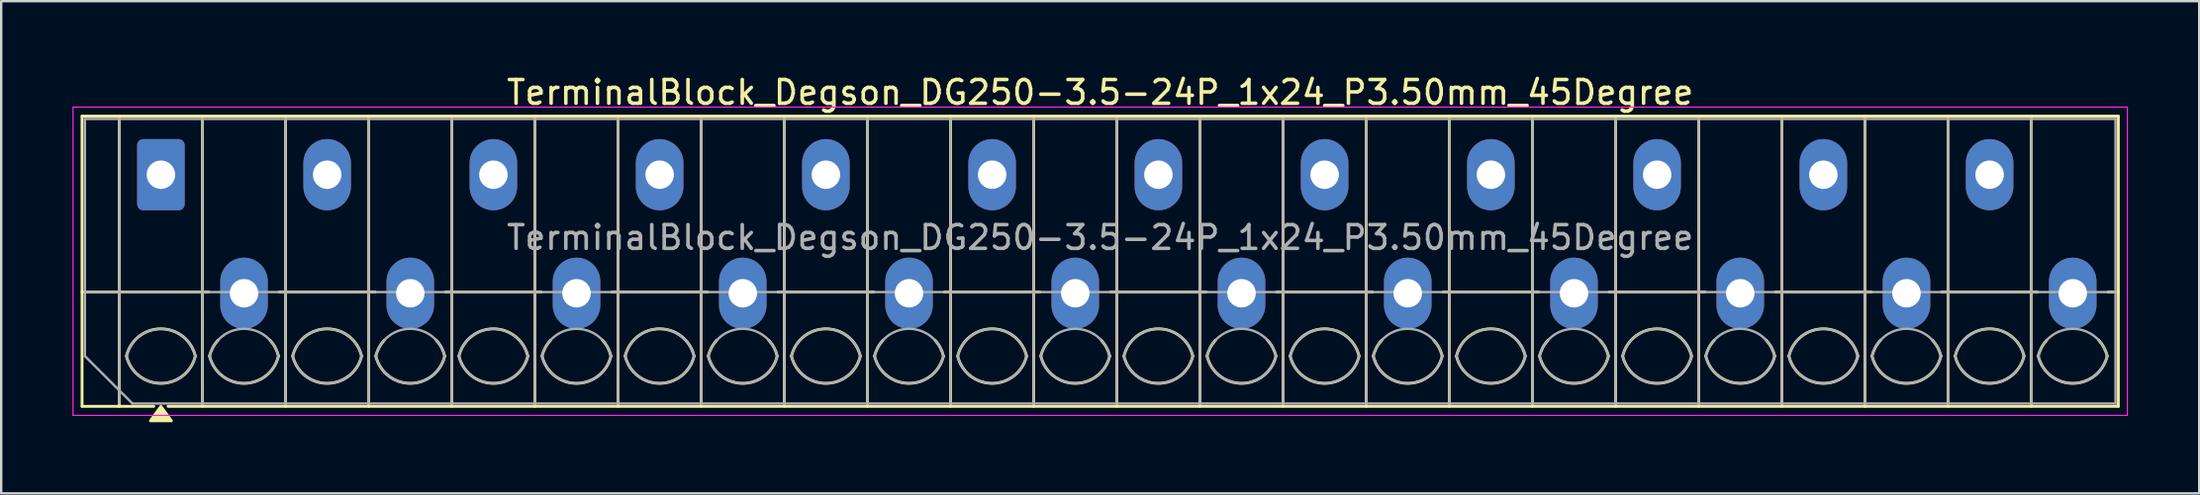
<source format=kicad_pcb>
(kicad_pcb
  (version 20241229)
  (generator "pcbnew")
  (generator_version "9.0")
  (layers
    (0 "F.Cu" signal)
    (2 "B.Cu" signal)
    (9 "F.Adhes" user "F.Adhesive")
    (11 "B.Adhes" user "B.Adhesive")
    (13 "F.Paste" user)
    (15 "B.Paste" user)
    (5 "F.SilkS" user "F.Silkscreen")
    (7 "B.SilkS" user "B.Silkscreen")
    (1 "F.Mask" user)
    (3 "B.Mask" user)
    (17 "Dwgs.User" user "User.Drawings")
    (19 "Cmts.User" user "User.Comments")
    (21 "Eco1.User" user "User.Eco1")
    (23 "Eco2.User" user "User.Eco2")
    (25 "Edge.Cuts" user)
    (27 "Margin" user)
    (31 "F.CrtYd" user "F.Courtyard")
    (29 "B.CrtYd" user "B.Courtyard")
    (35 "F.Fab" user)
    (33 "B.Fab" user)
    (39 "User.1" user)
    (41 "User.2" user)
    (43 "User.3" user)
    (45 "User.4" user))
  (footprint "TerminalBlock_Degson_DG250-3.5-24P_1x24_P3.50mm_45Degree"
    (layer "F.Cu")
    (at 3.725 4.318)
    (property "Reference" "TerminalBlock_Degson_DG250-3.5-24P_1x24_P3.50mm_45Degree" (at 39.55 -3.47 0) (layer "F.SilkS") (effects (font (size 1 1) (thickness 0.15))))
    (attr through_hole)
    (fp_line (start -3.32 -2.47) (end -3.32 9.77) (stroke (width 0.12) (type solid)) (layer "F.SilkS"))
    (fp_line (start -3.32 -2.47) (end 82.42 -2.47) (stroke (width 0.12) (type solid)) (layer "F.SilkS"))
    (fp_line (start -3.32 4.95) (end 2.02 4.95) (stroke (width 0.12) (type solid)) (layer "F.SilkS"))
    (fp_line (start -3.32 9.77) (end -0.3 9.77) (stroke (width 0.12) (type solid)) (layer "F.SilkS"))
    (fp_line (start -1.75 -2.47) (end -1.75 9.77) (stroke (width 0.12) (type solid)) (layer "F.SilkS"))
    (fp_line (start 0.3 9.77) (end 82.42 9.77) (stroke (width 0.12) (type solid)) (layer "F.SilkS"))
    (fp_line (start 1.75 -2.47) (end 1.75 9.77) (stroke (width 0.12) (type solid)) (layer "F.SilkS"))
    (fp_line (start 4.98 4.95) (end 9.02 4.95) (stroke (width 0.12) (type solid)) (layer "F.SilkS"))
    (fp_line (start 5.25 -2.47) (end 5.25 9.77) (stroke (width 0.12) (type solid)) (layer "F.SilkS"))
    (fp_line (start 8.75 -2.47) (end 8.75 9.77) (stroke (width 0.12) (type solid)) (layer "F.SilkS"))
    (fp_line (start 11.98 4.95) (end 16.02 4.95) (stroke (width 0.12) (type solid)) (layer "F.SilkS"))
    (fp_line (start 12.25 -2.47) (end 12.25 9.77) (stroke (width 0.12) (type solid)) (layer "F.SilkS"))
    (fp_line (start 15.75 -2.47) (end 15.75 9.77) (stroke (width 0.12) (type solid)) (layer "F.SilkS"))
    (fp_line (start 18.98 4.95) (end 23.02 4.95) (stroke (width 0.12) (type solid)) (layer "F.SilkS"))
    (fp_line (start 19.25 -2.47) (end 19.25 9.77) (stroke (width 0.12) (type solid)) (layer "F.SilkS"))
    (fp_line (start 22.75 -2.47) (end 22.75 9.77) (stroke (width 0.12) (type solid)) (layer "F.SilkS"))
    (fp_line (start 25.98 4.95) (end 30.02 4.95) (stroke (width 0.12) (type solid)) (layer "F.SilkS"))
    (fp_line (start 26.25 -2.47) (end 26.25 9.77) (stroke (width 0.12) (type solid)) (layer "F.SilkS"))
    (fp_line (start 29.75 -2.47) (end 29.75 9.77) (stroke (width 0.12) (type solid)) (layer "F.SilkS"))
    (fp_line (start 32.98 4.95) (end 37.02 4.95) (stroke (width 0.12) (type solid)) (layer "F.SilkS"))
    (fp_line (start 33.25 -2.47) (end 33.25 9.77) (stroke (width 0.12) (type solid)) (layer "F.SilkS"))
    (fp_line (start 36.75 -2.47) (end 36.75 9.77) (stroke (width 0.12) (type solid)) (layer "F.SilkS"))
    (fp_line (start 39.98 4.95) (end 44.02 4.95) (stroke (width 0.12) (type solid)) (layer "F.SilkS"))
    (fp_line (start 40.25 -2.47) (end 40.25 9.77) (stroke (width 0.12) (type solid)) (layer "F.SilkS"))
    (fp_line (start 43.75 -2.47) (end 43.75 9.77) (stroke (width 0.12) (type solid)) (layer "F.SilkS"))
    (fp_line (start 46.98 4.95) (end 51.02 4.95) (stroke (width 0.12) (type solid)) (layer "F.SilkS"))
    (fp_line (start 47.25 -2.47) (end 47.25 9.77) (stroke (width 0.12) (type solid)) (layer "F.SilkS"))
    (fp_line (start 50.75 -2.47) (end 50.75 9.77) (stroke (width 0.12) (type solid)) (layer "F.SilkS"))
    (fp_line (start 53.98 4.95) (end 58.02 4.95) (stroke (width 0.12) (type solid)) (layer "F.SilkS"))
    (fp_line (start 54.25 -2.47) (end 54.25 9.77) (stroke (width 0.12) (type solid)) (layer "F.SilkS"))
    (fp_line (start 57.75 -2.47) (end 57.75 9.77) (stroke (width 0.12) (type solid)) (layer "F.SilkS"))
    (fp_line (start 60.98 4.95) (end 65.02 4.95) (stroke (width 0.12) (type solid)) (layer "F.SilkS"))
    (fp_line (start 61.25 -2.47) (end 61.25 9.77) (stroke (width 0.12) (type solid)) (layer "F.SilkS"))
    (fp_line (start 64.75 -2.47) (end 64.75 9.77) (stroke (width 0.12) (type solid)) (layer "F.SilkS"))
    (fp_line (start 67.98 4.95) (end 72.02 4.95) (stroke (width 0.12) (type solid)) (layer "F.SilkS"))
    (fp_line (start 68.25 -2.47) (end 68.25 9.77) (stroke (width 0.12) (type solid)) (layer "F.SilkS"))
    (fp_line (start 71.75 -2.47) (end 71.75 9.77) (stroke (width 0.12) (type solid)) (layer "F.SilkS"))
    (fp_line (start 74.98 4.95) (end 79.02 4.95) (stroke (width 0.12) (type solid)) (layer "F.SilkS"))
    (fp_line (start 75.25 -2.47) (end 75.25 9.77) (stroke (width 0.12) (type solid)) (layer "F.SilkS"))
    (fp_line (start 78.75 -2.47) (end 78.75 9.77) (stroke (width 0.12) (type solid)) (layer "F.SilkS"))
    (fp_line (start 81.98 4.95) (end 82.42 4.95) (stroke (width 0.12) (type solid)) (layer "F.SilkS"))
    (fp_line (start 82.42 -2.47) (end 82.42 9.77) (stroke (width 0.12) (type solid)) (layer "F.SilkS"))
    (fp_arc (start -1.45 7.65) (mid 0 6.5) (end 1.45 7.65) (stroke (width 0.12) (type solid)) (layer "F.SilkS"))
    (fp_arc (start 1.45 7.65) (mid 0 8.8) (end -1.45 7.65) (stroke (width 0.12) (type solid)) (layer "F.SilkS"))
    (fp_arc (start 2.05 7.65) (mid 2.18402 7.291962) (end 2.405 6.98) (stroke (width 0.12) (type solid)) (layer "F.SilkS"))
    (fp_arc (start 4.595 6.98) (mid 4.81598 7.291962) (end 4.95 7.65) (stroke (width 0.12) (type solid)) (layer "F.SilkS"))
    (fp_arc (start 4.95 7.65) (mid 3.5 8.8) (end 2.05 7.65) (stroke (width 0.12) (type solid)) (layer "F.SilkS"))
    (fp_arc (start 5.55 7.65) (mid 7 6.5) (end 8.45 7.65) (stroke (width 0.12) (type solid)) (layer "F.SilkS"))
    (fp_arc (start 8.45 7.65) (mid 7 8.8) (end 5.55 7.65) (stroke (width 0.12) (type solid)) (layer "F.SilkS"))
    (fp_arc (start 9.05 7.65) (mid 9.18402 7.291962) (end 9.405 6.98) (stroke (width 0.12) (type solid)) (layer "F.SilkS"))
    (fp_arc (start 11.595 6.98) (mid 11.81598 7.291962) (end 11.95 7.65) (stroke (width 0.12) (type solid)) (layer "F.SilkS"))
    (fp_arc (start 11.95 7.65) (mid 10.5 8.8) (end 9.05 7.65) (stroke (width 0.12) (type solid)) (layer "F.SilkS"))
    (fp_arc (start 12.55 7.65) (mid 14 6.5) (end 15.45 7.65) (stroke (width 0.12) (type solid)) (layer "F.SilkS"))
    (fp_arc (start 15.45 7.65) (mid 14 8.8) (end 12.55 7.65) (stroke (width 0.12) (type solid)) (layer "F.SilkS"))
    (fp_arc (start 16.05 7.65) (mid 16.18402 7.291962) (end 16.405 6.98) (stroke (width 0.12) (type solid)) (layer "F.SilkS"))
    (fp_arc (start 18.595 6.98) (mid 18.81598 7.291962) (end 18.95 7.65) (stroke (width 0.12) (type solid)) (layer "F.SilkS"))
    (fp_arc (start 18.95 7.65) (mid 17.5 8.8) (end 16.05 7.65) (stroke (width 0.12) (type solid)) (layer "F.SilkS"))
    (fp_arc (start 19.55 7.65) (mid 21 6.5) (end 22.45 7.65) (stroke (width 0.12) (type solid)) (layer "F.SilkS"))
    (fp_arc (start 22.45 7.65) (mid 21 8.8) (end 19.55 7.65) (stroke (width 0.12) (type solid)) (layer "F.SilkS"))
    (fp_arc (start 23.05 7.65) (mid 23.18402 7.291962) (end 23.405 6.98) (stroke (width 0.12) (type solid)) (layer "F.SilkS"))
    (fp_arc (start 25.595 6.98) (mid 25.81598 7.291962) (end 25.95 7.65) (stroke (width 0.12) (type solid)) (layer "F.SilkS"))
    (fp_arc (start 25.95 7.65) (mid 24.5 8.8) (end 23.05 7.65) (stroke (width 0.12) (type solid)) (layer "F.SilkS"))
    (fp_arc (start 26.55 7.65) (mid 28 6.5) (end 29.45 7.65) (stroke (width 0.12) (type solid)) (layer "F.SilkS"))
    (fp_arc (start 29.45 7.65) (mid 28 8.8) (end 26.55 7.65) (stroke (width 0.12) (type solid)) (layer "F.SilkS"))
    (fp_arc (start 30.05 7.65) (mid 30.18402 7.291962) (end 30.405 6.98) (stroke (width 0.12) (type solid)) (layer "F.SilkS"))
    (fp_arc (start 32.595 6.98) (mid 32.81598 7.291962) (end 32.95 7.65) (stroke (width 0.12) (type solid)) (layer "F.SilkS"))
    (fp_arc (start 32.95 7.65) (mid 31.5 8.8) (end 30.05 7.65) (stroke (width 0.12) (type solid)) (layer "F.SilkS"))
    (fp_arc (start 33.55 7.65) (mid 35 6.5) (end 36.45 7.65) (stroke (width 0.12) (type solid)) (layer "F.SilkS"))
    (fp_arc (start 36.45 7.65) (mid 35 8.8) (end 33.55 7.65) (stroke (width 0.12) (type solid)) (layer "F.SilkS"))
    (fp_arc (start 37.05 7.65) (mid 37.18402 7.291962) (end 37.405 6.98) (stroke (width 0.12) (type solid)) (layer "F.SilkS"))
    (fp_arc (start 39.595 6.98) (mid 39.81598 7.291962) (end 39.95 7.65) (stroke (width 0.12) (type solid)) (layer "F.SilkS"))
    (fp_arc (start 39.95 7.65) (mid 38.5 8.8) (end 37.05 7.65) (stroke (width 0.12) (type solid)) (layer "F.SilkS"))
    (fp_arc (start 40.55 7.65) (mid 42 6.5) (end 43.45 7.65) (stroke (width 0.12) (type solid)) (layer "F.SilkS"))
    (fp_arc (start 43.45 7.65) (mid 42 8.8) (end 40.55 7.65) (stroke (width 0.12) (type solid)) (layer "F.SilkS"))
    (fp_arc (start 44.05 7.65) (mid 44.18402 7.291962) (end 44.405 6.98) (stroke (width 0.12) (type solid)) (layer "F.SilkS"))
    (fp_arc (start 46.595 6.98) (mid 46.81598 7.291962) (end 46.95 7.65) (stroke (width 0.12) (type solid)) (layer "F.SilkS"))
    (fp_arc (start 46.95 7.65) (mid 45.5 8.8) (end 44.05 7.65) (stroke (width 0.12) (type solid)) (layer "F.SilkS"))
    (fp_arc (start 47.55 7.65) (mid 49 6.5) (end 50.45 7.65) (stroke (width 0.12) (type solid)) (layer "F.SilkS"))
    (fp_arc (start 50.45 7.65) (mid 49 8.8) (end 47.55 7.65) (stroke (width 0.12) (type solid)) (layer "F.SilkS"))
    (fp_arc (start 51.05 7.65) (mid 51.18402 7.291962) (end 51.405 6.98) (stroke (width 0.12) (type solid)) (layer "F.SilkS"))
    (fp_arc (start 53.595 6.98) (mid 53.81598 7.291962) (end 53.95 7.65) (stroke (width 0.12) (type solid)) (layer "F.SilkS"))
    (fp_arc (start 53.95 7.65) (mid 52.5 8.8) (end 51.05 7.65) (stroke (width 0.12) (type solid)) (layer "F.SilkS"))
    (fp_arc (start 54.55 7.65) (mid 56 6.5) (end 57.45 7.65) (stroke (width 0.12) (type solid)) (layer "F.SilkS"))
    (fp_arc (start 57.45 7.65) (mid 56 8.8) (end 54.55 7.65) (stroke (width 0.12) (type solid)) (layer "F.SilkS"))
    (fp_arc (start 58.05 7.65) (mid 58.18402 7.291962) (end 58.405 6.98) (stroke (width 0.12) (type solid)) (layer "F.SilkS"))
    (fp_arc (start 60.595 6.98) (mid 60.81598 7.291962) (end 60.95 7.65) (stroke (width 0.12) (type solid)) (layer "F.SilkS"))
    (fp_arc (start 60.95 7.65) (mid 59.5 8.8) (end 58.05 7.65) (stroke (width 0.12) (type solid)) (layer "F.SilkS"))
    (fp_arc (start 61.55 7.65) (mid 63 6.5) (end 64.45 7.65) (stroke (width 0.12) (type solid)) (layer "F.SilkS"))
    (fp_arc (start 64.45 7.65) (mid 63 8.8) (end 61.55 7.65) (stroke (width 0.12) (type solid)) (layer "F.SilkS"))
    (fp_arc (start 65.05 7.65) (mid 65.18402 7.291962) (end 65.405 6.98) (stroke (width 0.12) (type solid)) (layer "F.SilkS"))
    (fp_arc (start 67.595 6.98) (mid 67.81598 7.291962) (end 67.95 7.65) (stroke (width 0.12) (type solid)) (layer "F.SilkS"))
    (fp_arc (start 67.95 7.65) (mid 66.5 8.8) (end 65.05 7.65) (stroke (width 0.12) (type solid)) (layer "F.SilkS"))
    (fp_arc (start 68.55 7.65) (mid 70 6.5) (end 71.45 7.65) (stroke (width 0.12) (type solid)) (layer "F.SilkS"))
    (fp_arc (start 71.45 7.65) (mid 70 8.8) (end 68.55 7.65) (stroke (width 0.12) (type solid)) (layer "F.SilkS"))
    (fp_arc (start 72.05 7.65) (mid 72.18402 7.291962) (end 72.405 6.98) (stroke (width 0.12) (type solid)) (layer "F.SilkS"))
    (fp_arc (start 74.595 6.98) (mid 74.81598 7.291962) (end 74.95 7.65) (stroke (width 0.12) (type solid)) (layer "F.SilkS"))
    (fp_arc (start 74.95 7.65) (mid 73.5 8.8) (end 72.05 7.65) (stroke (width 0.12) (type solid)) (layer "F.SilkS"))
    (fp_arc (start 75.55 7.65) (mid 77 6.5) (end 78.45 7.65) (stroke (width 0.12) (type solid)) (layer "F.SilkS"))
    (fp_arc (start 78.45 7.65) (mid 77 8.8) (end 75.55 7.65) (stroke (width 0.12) (type solid)) (layer "F.SilkS"))
    (fp_arc (start 79.05 7.65) (mid 79.18402 7.291962) (end 79.405 6.98) (stroke (width 0.12) (type solid)) (layer "F.SilkS"))
    (fp_arc (start 81.595 6.98) (mid 81.81598 7.291962) (end 81.95 7.65) (stroke (width 0.12) (type solid)) (layer "F.SilkS"))
    (fp_arc (start 81.95 7.65) (mid 80.5 8.8) (end 79.05 7.65) (stroke (width 0.12) (type solid)) (layer "F.SilkS"))
    (fp_poly (pts (xy 0 9.77) (xy 0.44 10.38) (xy -0.44 10.38)) (stroke (width 0.12) (type solid)) (fill yes) (layer "F.SilkS"))
    (fp_line (start -3.7 -2.85) (end -3.7 10.15) (stroke (width 0.05) (type solid)) (layer "F.CrtYd"))
    (fp_line (start -3.7 10.15) (end 82.8 10.15) (stroke (width 0.05) (type solid)) (layer "F.CrtYd"))
    (fp_line (start 82.8 -2.85) (end -3.7 -2.85) (stroke (width 0.05) (type solid)) (layer "F.CrtYd"))
    (fp_line (start 82.8 10.15) (end 82.8 -2.85) (stroke (width 0.05) (type solid)) (layer "F.CrtYd"))
    (fp_line (start -3.2 -2.35) (end 82.3 -2.35) (stroke (width 0.1) (type solid)) (layer "F.Fab"))
    (fp_line (start -3.2 4.95) (end 82.3 4.95) (stroke (width 0.1) (type solid)) (layer "F.Fab"))
    (fp_line (start -3.2 7.65) (end -3.2 -2.35) (stroke (width 0.1) (type solid)) (layer "F.Fab"))
    (fp_line (start -1.75 -2.35) (end -1.75 9.65) (stroke (width 0.1) (type solid)) (layer "F.Fab"))
    (fp_line (start -1.2 9.65) (end -3.2 7.65) (stroke (width 0.1) (type solid)) (layer "F.Fab"))
    (fp_line (start 1.75 -2.35) (end 1.75 9.65) (stroke (width 0.1) (type solid)) (layer "F.Fab"))
    (fp_line (start 5.25 -2.35) (end 5.25 9.65) (stroke (width 0.1) (type solid)) (layer "F.Fab"))
    (fp_line (start 8.75 -2.35) (end 8.75 9.65) (stroke (width 0.1) (type solid)) (layer "F.Fab"))
    (fp_line (start 12.25 -2.35) (end 12.25 9.65) (stroke (width 0.1) (type solid)) (layer "F.Fab"))
    (fp_line (start 15.75 -2.35) (end 15.75 9.65) (stroke (width 0.1) (type solid)) (layer "F.Fab"))
    (fp_line (start 19.25 -2.35) (end 19.25 9.65) (stroke (width 0.1) (type solid)) (layer "F.Fab"))
    (fp_line (start 22.75 -2.35) (end 22.75 9.65) (stroke (width 0.1) (type solid)) (layer "F.Fab"))
    (fp_line (start 26.25 -2.35) (end 26.25 9.65) (stroke (width 0.1) (type solid)) (layer "F.Fab"))
    (fp_line (start 29.75 -2.35) (end 29.75 9.65) (stroke (width 0.1) (type solid)) (layer "F.Fab"))
    (fp_line (start 33.25 -2.35) (end 33.25 9.65) (stroke (width 0.1) (type solid)) (layer "F.Fab"))
    (fp_line (start 36.75 -2.35) (end 36.75 9.65) (stroke (width 0.1) (type solid)) (layer "F.Fab"))
    (fp_line (start 40.25 -2.35) (end 40.25 9.65) (stroke (width 0.1) (type solid)) (layer "F.Fab"))
    (fp_line (start 43.75 -2.35) (end 43.75 9.65) (stroke (width 0.1) (type solid)) (layer "F.Fab"))
    (fp_line (start 47.25 -2.35) (end 47.25 9.65) (stroke (width 0.1) (type solid)) (layer "F.Fab"))
    (fp_line (start 50.75 -2.35) (end 50.75 9.65) (stroke (width 0.1) (type solid)) (layer "F.Fab"))
    (fp_line (start 54.25 -2.35) (end 54.25 9.65) (stroke (width 0.1) (type solid)) (layer "F.Fab"))
    (fp_line (start 57.75 -2.35) (end 57.75 9.65) (stroke (width 0.1) (type solid)) (layer "F.Fab"))
    (fp_line (start 61.25 -2.35) (end 61.25 9.65) (stroke (width 0.1) (type solid)) (layer "F.Fab"))
    (fp_line (start 64.75 -2.35) (end 64.75 9.65) (stroke (width 0.1) (type solid)) (layer "F.Fab"))
    (fp_line (start 68.25 -2.35) (end 68.25 9.65) (stroke (width 0.1) (type solid)) (layer "F.Fab"))
    (fp_line (start 71.75 -2.35) (end 71.75 9.65) (stroke (width 0.1) (type solid)) (layer "F.Fab"))
    (fp_line (start 75.25 -2.35) (end 75.25 9.65) (stroke (width 0.1) (type solid)) (layer "F.Fab"))
    (fp_line (start 78.75 -2.35) (end 78.75 9.65) (stroke (width 0.1) (type solid)) (layer "F.Fab"))
    (fp_line (start 82.3 -2.35) (end 82.3 9.65) (stroke (width 0.1) (type solid)) (layer "F.Fab"))
    (fp_line (start 82.3 9.65) (end -1.2 9.65) (stroke (width 0.1) (type solid)) (layer "F.Fab"))
    (fp_arc (start -1.45 7.65) (mid 0 6.5) (end 1.45 7.65) (stroke (width 0.1) (type solid)) (layer "F.Fab"))
    (fp_arc (start 1.45 7.65) (mid 0 8.8) (end -1.45 7.65) (stroke (width 0.1) (type solid)) (layer "F.Fab"))
    (fp_arc (start 2.05 7.65) (mid 3.5 6.5) (end 4.95 7.65) (stroke (width 0.1) (type solid)) (layer "F.Fab"))
    (fp_arc (start 4.95 7.65) (mid 3.5 8.8) (end 2.05 7.65) (stroke (width 0.1) (type solid)) (layer "F.Fab"))
    (fp_arc (start 5.55 7.65) (mid 7 6.5) (end 8.45 7.65) (stroke (width 0.1) (type solid)) (layer "F.Fab"))
    (fp_arc (start 8.45 7.65) (mid 7 8.8) (end 5.55 7.65) (stroke (width 0.1) (type solid)) (layer "F.Fab"))
    (fp_arc (start 9.05 7.65) (mid 10.5 6.5) (end 11.95 7.65) (stroke (width 0.1) (type solid)) (layer "F.Fab"))
    (fp_arc (start 11.95 7.65) (mid 10.5 8.8) (end 9.05 7.65) (stroke (width 0.1) (type solid)) (layer "F.Fab"))
    (fp_arc (start 12.55 7.65) (mid 14 6.5) (end 15.45 7.65) (stroke (width 0.1) (type solid)) (layer "F.Fab"))
    (fp_arc (start 15.45 7.65) (mid 14 8.8) (end 12.55 7.65) (stroke (width 0.1) (type solid)) (layer "F.Fab"))
    (fp_arc (start 16.05 7.65) (mid 17.5 6.5) (end 18.95 7.65) (stroke (width 0.1) (type solid)) (layer "F.Fab"))
    (fp_arc (start 18.95 7.65) (mid 17.5 8.8) (end 16.05 7.65) (stroke (width 0.1) (type solid)) (layer "F.Fab"))
    (fp_arc (start 19.55 7.65) (mid 21 6.5) (end 22.45 7.65) (stroke (width 0.1) (type solid)) (layer "F.Fab"))
    (fp_arc (start 22.45 7.65) (mid 21 8.8) (end 19.55 7.65) (stroke (width 0.1) (type solid)) (layer "F.Fab"))
    (fp_arc (start 23.05 7.65) (mid 24.5 6.5) (end 25.95 7.65) (stroke (width 0.1) (type solid)) (layer "F.Fab"))
    (fp_arc (start 25.95 7.65) (mid 24.5 8.8) (end 23.05 7.65) (stroke (width 0.1) (type solid)) (layer "F.Fab"))
    (fp_arc (start 26.55 7.65) (mid 28 6.5) (end 29.45 7.65) (stroke (width 0.1) (type solid)) (layer "F.Fab"))
    (fp_arc (start 29.45 7.65) (mid 28 8.8) (end 26.55 7.65) (stroke (width 0.1) (type solid)) (layer "F.Fab"))
    (fp_arc (start 30.05 7.65) (mid 31.5 6.5) (end 32.95 7.65) (stroke (width 0.1) (type solid)) (layer "F.Fab"))
    (fp_arc (start 32.95 7.65) (mid 31.5 8.8) (end 30.05 7.65) (stroke (width 0.1) (type solid)) (layer "F.Fab"))
    (fp_arc (start 33.55 7.65) (mid 35 6.5) (end 36.45 7.65) (stroke (width 0.1) (type solid)) (layer "F.Fab"))
    (fp_arc (start 36.45 7.65) (mid 35 8.8) (end 33.55 7.65) (stroke (width 0.1) (type solid)) (layer "F.Fab"))
    (fp_arc (start 37.05 7.65) (mid 38.5 6.5) (end 39.95 7.65) (stroke (width 0.1) (type solid)) (layer "F.Fab"))
    (fp_arc (start 39.95 7.65) (mid 38.5 8.8) (end 37.05 7.65) (stroke (width 0.1) (type solid)) (layer "F.Fab"))
    (fp_arc (start 40.55 7.65) (mid 42 6.5) (end 43.45 7.65) (stroke (width 0.1) (type solid)) (layer "F.Fab"))
    (fp_arc (start 43.45 7.65) (mid 42 8.8) (end 40.55 7.65) (stroke (width 0.1) (type solid)) (layer "F.Fab"))
    (fp_arc (start 44.05 7.65) (mid 45.5 6.5) (end 46.95 7.65) (stroke (width 0.1) (type solid)) (layer "F.Fab"))
    (fp_arc (start 46.95 7.65) (mid 45.5 8.8) (end 44.05 7.65) (stroke (width 0.1) (type solid)) (layer "F.Fab"))
    (fp_arc (start 47.55 7.65) (mid 49 6.5) (end 50.45 7.65) (stroke (width 0.1) (type solid)) (layer "F.Fab"))
    (fp_arc (start 50.45 7.65) (mid 49 8.8) (end 47.55 7.65) (stroke (width 0.1) (type solid)) (layer "F.Fab"))
    (fp_arc (start 51.05 7.65) (mid 52.5 6.5) (end 53.95 7.65) (stroke (width 0.1) (type solid)) (layer "F.Fab"))
    (fp_arc (start 53.95 7.65) (mid 52.5 8.8) (end 51.05 7.65) (stroke (width 0.1) (type solid)) (layer "F.Fab"))
    (fp_arc (start 54.55 7.65) (mid 56 6.5) (end 57.45 7.65) (stroke (width 0.1) (type solid)) (layer "F.Fab"))
    (fp_arc (start 57.45 7.65) (mid 56 8.8) (end 54.55 7.65) (stroke (width 0.1) (type solid)) (layer "F.Fab"))
    (fp_arc (start 58.05 7.65) (mid 59.5 6.5) (end 60.95 7.65) (stroke (width 0.1) (type solid)) (layer "F.Fab"))
    (fp_arc (start 60.95 7.65) (mid 59.5 8.8) (end 58.05 7.65) (stroke (width 0.1) (type solid)) (layer "F.Fab"))
    (fp_arc (start 61.55 7.65) (mid 63 6.5) (end 64.45 7.65) (stroke (width 0.1) (type solid)) (layer "F.Fab"))
    (fp_arc (start 64.45 7.65) (mid 63 8.8) (end 61.55 7.65) (stroke (width 0.1) (type solid)) (layer "F.Fab"))
    (fp_arc (start 65.05 7.65) (mid 66.5 6.5) (end 67.95 7.65) (stroke (width 0.1) (type solid)) (layer "F.Fab"))
    (fp_arc (start 67.95 7.65) (mid 66.5 8.8) (end 65.05 7.65) (stroke (width 0.1) (type solid)) (layer "F.Fab"))
    (fp_arc (start 68.55 7.65) (mid 70 6.5) (end 71.45 7.65) (stroke (width 0.1) (type solid)) (layer "F.Fab"))
    (fp_arc (start 71.45 7.65) (mid 70 8.8) (end 68.55 7.65) (stroke (width 0.1) (type solid)) (layer "F.Fab"))
    (fp_arc (start 72.05 7.65) (mid 73.5 6.5) (end 74.95 7.65) (stroke (width 0.1) (type solid)) (layer "F.Fab"))
    (fp_arc (start 74.95 7.65) (mid 73.5 8.8) (end 72.05 7.65) (stroke (width 0.1) (type solid)) (layer "F.Fab"))
    (fp_arc (start 75.55 7.65) (mid 77 6.5) (end 78.45 7.65) (stroke (width 0.1) (type solid)) (layer "F.Fab"))
    (fp_arc (start 78.45 7.65) (mid 77 8.8) (end 75.55 7.65) (stroke (width 0.1) (type solid)) (layer "F.Fab"))
    (fp_arc (start 79.05 7.65) (mid 80.5 6.5) (end 81.95 7.65) (stroke (width 0.1) (type solid)) (layer "F.Fab"))
    (fp_arc (start 81.95 7.65) (mid 80.5 8.8) (end 79.05 7.65) (stroke (width 0.1) (type solid)) (layer "F.Fab"))
    (fp_text user "${REFERENCE}" (at 39.55 2.65 0) (layer "F.Fab") (effects (font (size 1 1) (thickness 0.15))))
    (pad "1" thru_hole roundrect (at 0 0) (size 2 3) (drill 1.2) (layers "*.Cu" "*.Mask") (roundrect_rratio 0.125))
    (pad "2" thru_hole oval (at 3.5 5) (size 2 3) (drill 1.2) (layers "*.Cu" "*.Mask"))
    (pad "3" thru_hole oval (at 7 0) (size 2 3) (drill 1.2) (layers "*.Cu" "*.Mask"))
    (pad "4" thru_hole oval (at 10.5 5) (size 2 3) (drill 1.2) (layers "*.Cu" "*.Mask"))
    (pad "5" thru_hole oval (at 14 0) (size 2 3) (drill 1.2) (layers "*.Cu" "*.Mask"))
    (pad "6" thru_hole oval (at 17.5 5) (size 2 3) (drill 1.2) (layers "*.Cu" "*.Mask"))
    (pad "7" thru_hole oval (at 21 0) (size 2 3) (drill 1.2) (layers "*.Cu" "*.Mask"))
    (pad "8" thru_hole oval (at 24.5 5) (size 2 3) (drill 1.2) (layers "*.Cu" "*.Mask"))
    (pad "9" thru_hole oval (at 28 0) (size 2 3) (drill 1.2) (layers "*.Cu" "*.Mask"))
    (pad "10" thru_hole oval (at 31.5 5) (size 2 3) (drill 1.2) (layers "*.Cu" "*.Mask"))
    (pad "11" thru_hole oval (at 35 0) (size 2 3) (drill 1.2) (layers "*.Cu" "*.Mask"))
    (pad "12" thru_hole oval (at 38.5 5) (size 2 3) (drill 1.2) (layers "*.Cu" "*.Mask"))
    (pad "13" thru_hole oval (at 42 0) (size 2 3) (drill 1.2) (layers "*.Cu" "*.Mask"))
    (pad "14" thru_hole oval (at 45.5 5) (size 2 3) (drill 1.2) (layers "*.Cu" "*.Mask"))
    (pad "15" thru_hole oval (at 49 0) (size 2 3) (drill 1.2) (layers "*.Cu" "*.Mask"))
    (pad "16" thru_hole oval (at 52.5 5) (size 2 3) (drill 1.2) (layers "*.Cu" "*.Mask"))
    (pad "17" thru_hole oval (at 56 0) (size 2 3) (drill 1.2) (layers "*.Cu" "*.Mask"))
    (pad "18" thru_hole oval (at 59.5 5) (size 2 3) (drill 1.2) (layers "*.Cu" "*.Mask"))
    (pad "19" thru_hole oval (at 63 0) (size 2 3) (drill 1.2) (layers "*.Cu" "*.Mask"))
    (pad "20" thru_hole oval (at 66.5 5) (size 2 3) (drill 1.2) (layers "*.Cu" "*.Mask"))
    (pad "21" thru_hole oval (at 70 0) (size 2 3) (drill 1.2) (layers "*.Cu" "*.Mask"))
    (pad "22" thru_hole oval (at 73.5 5) (size 2 3) (drill 1.2) (layers "*.Cu" "*.Mask"))
    (pad "23" thru_hole oval (at 77 0) (size 2 3) (drill 1.2) (layers "*.Cu" "*.Mask"))
    (pad "24" thru_hole oval (at 80.5 5) (size 2 3) (drill 1.2) (layers "*.Cu" "*.Mask")))
  (gr_rect
    (start -3 -3)
    (end 89.55 17.758)
    (stroke (width 0.1) (type default))
    (fill no)
    (layer "Edge.Cuts")))
</source>
